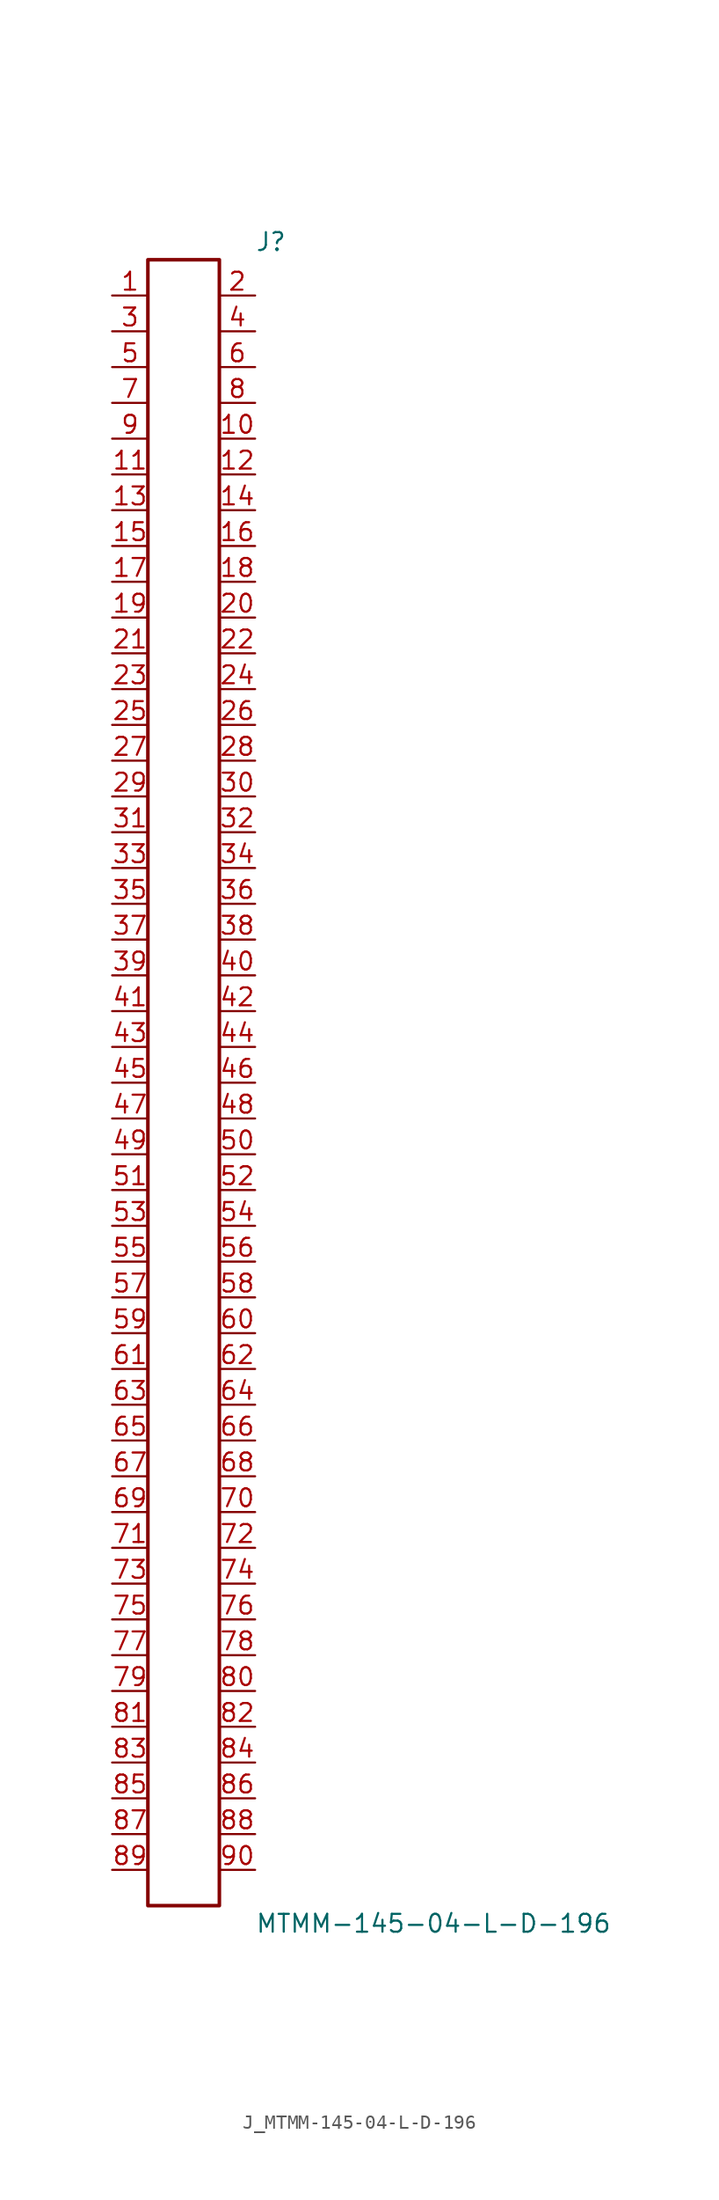
<source format=kicad_sym>
(kicad_symbol_lib
  (version 20231120)
  (generator kicad_symbol_editor)
  (generator_version 8.0)
  (symbol "J_MTMM-145-04-L-D-196"
    (pin_names
      (offset 0.254))
    (property "Reference" "J"
      (at 5.08 59.69 0)
      (effects (font (size 1.27 1.27)) (justify left)))
    (property "Value" "MTMM-145-04-L-D-196"
      (at 5.08 -59.69 0)
      (effects (font (size 1.27 1.27)) (justify left)))
    (symbol "J_MTMM-145-04-L-D-196_0_0"
      (pin passive line (at -5.08 55.88 0) (length 2.54) (name "" (effects (font (size 1.27 1.27)))) (number "1" (effects (font (size 1.27 1.27)))))
      (pin passive line (at 5.08 55.88 180) (length 2.54) (name "" (effects (font (size 1.27 1.27)))) (number "2" (effects (font (size 1.27 1.27)))))
      (pin passive line (at -5.08 53.34 0) (length 2.54) (name "" (effects (font (size 1.27 1.27)))) (number "3" (effects (font (size 1.27 1.27)))))
      (pin passive line (at 5.08 53.34 180) (length 2.54) (name "" (effects (font (size 1.27 1.27)))) (number "4" (effects (font (size 1.27 1.27)))))
      (pin passive line (at -5.08 50.8 0) (length 2.54) (name "" (effects (font (size 1.27 1.27)))) (number "5" (effects (font (size 1.27 1.27)))))
      (pin passive line (at 5.08 50.8 180) (length 2.54) (name "" (effects (font (size 1.27 1.27)))) (number "6" (effects (font (size 1.27 1.27)))))
      (pin passive line (at -5.08 48.26 0) (length 2.54) (name "" (effects (font (size 1.27 1.27)))) (number "7" (effects (font (size 1.27 1.27)))))
      (pin passive line (at 5.08 48.26 180) (length 2.54) (name "" (effects (font (size 1.27 1.27)))) (number "8" (effects (font (size 1.27 1.27)))))
      (pin passive line (at -5.08 45.72 0) (length 2.54) (name "" (effects (font (size 1.27 1.27)))) (number "9" (effects (font (size 1.27 1.27)))))
      (pin passive line (at 5.08 45.72 180) (length 2.54) (name "" (effects (font (size 1.27 1.27)))) (number "10" (effects (font (size 1.27 1.27)))))
      (pin passive line (at -5.08 43.18 0) (length 2.54) (name "" (effects (font (size 1.27 1.27)))) (number "11" (effects (font (size 1.27 1.27)))))
      (pin passive line (at 5.08 43.18 180) (length 2.54) (name "" (effects (font (size 1.27 1.27)))) (number "12" (effects (font (size 1.27 1.27)))))
      (pin passive line (at -5.08 40.64 0) (length 2.54) (name "" (effects (font (size 1.27 1.27)))) (number "13" (effects (font (size 1.27 1.27)))))
      (pin passive line (at 5.08 40.64 180) (length 2.54) (name "" (effects (font (size 1.27 1.27)))) (number "14" (effects (font (size 1.27 1.27)))))
      (pin passive line (at -5.08 38.1 0) (length 2.54) (name "" (effects (font (size 1.27 1.27)))) (number "15" (effects (font (size 1.27 1.27)))))
      (pin passive line (at 5.08 38.1 180) (length 2.54) (name "" (effects (font (size 1.27 1.27)))) (number "16" (effects (font (size 1.27 1.27)))))
      (pin passive line (at -5.08 35.56 0) (length 2.54) (name "" (effects (font (size 1.27 1.27)))) (number "17" (effects (font (size 1.27 1.27)))))
      (pin passive line (at 5.08 35.56 180) (length 2.54) (name "" (effects (font (size 1.27 1.27)))) (number "18" (effects (font (size 1.27 1.27)))))
      (pin passive line (at -5.08 33.02 0) (length 2.54) (name "" (effects (font (size 1.27 1.27)))) (number "19" (effects (font (size 1.27 1.27)))))
      (pin passive line (at 5.08 33.02 180) (length 2.54) (name "" (effects (font (size 1.27 1.27)))) (number "20" (effects (font (size 1.27 1.27)))))
      (pin passive line (at -5.08 30.48 0) (length 2.54) (name "" (effects (font (size 1.27 1.27)))) (number "21" (effects (font (size 1.27 1.27)))))
      (pin passive line (at 5.08 30.48 180) (length 2.54) (name "" (effects (font (size 1.27 1.27)))) (number "22" (effects (font (size 1.27 1.27)))))
      (pin passive line (at -5.08 27.94 0) (length 2.54) (name "" (effects (font (size 1.27 1.27)))) (number "23" (effects (font (size 1.27 1.27)))))
      (pin passive line (at 5.08 27.94 180) (length 2.54) (name "" (effects (font (size 1.27 1.27)))) (number "24" (effects (font (size 1.27 1.27)))))
      (pin passive line (at -5.08 25.4 0) (length 2.54) (name "" (effects (font (size 1.27 1.27)))) (number "25" (effects (font (size 1.27 1.27)))))
      (pin passive line (at 5.08 25.4 180) (length 2.54) (name "" (effects (font (size 1.27 1.27)))) (number "26" (effects (font (size 1.27 1.27)))))
      (pin passive line (at -5.08 22.86 0) (length 2.54) (name "" (effects (font (size 1.27 1.27)))) (number "27" (effects (font (size 1.27 1.27)))))
      (pin passive line (at 5.08 22.86 180) (length 2.54) (name "" (effects (font (size 1.27 1.27)))) (number "28" (effects (font (size 1.27 1.27)))))
      (pin passive line (at -5.08 20.32 0) (length 2.54) (name "" (effects (font (size 1.27 1.27)))) (number "29" (effects (font (size 1.27 1.27)))))
      (pin passive line (at 5.08 20.32 180) (length 2.54) (name "" (effects (font (size 1.27 1.27)))) (number "30" (effects (font (size 1.27 1.27)))))
      (pin passive line (at -5.08 17.78 0) (length 2.54) (name "" (effects (font (size 1.27 1.27)))) (number "31" (effects (font (size 1.27 1.27)))))
      (pin passive line (at 5.08 17.78 180) (length 2.54) (name "" (effects (font (size 1.27 1.27)))) (number "32" (effects (font (size 1.27 1.27)))))
      (pin passive line (at -5.08 15.24 0) (length 2.54) (name "" (effects (font (size 1.27 1.27)))) (number "33" (effects (font (size 1.27 1.27)))))
      (pin passive line (at 5.08 15.24 180) (length 2.54) (name "" (effects (font (size 1.27 1.27)))) (number "34" (effects (font (size 1.27 1.27)))))
      (pin passive line (at -5.08 12.7 0) (length 2.54) (name "" (effects (font (size 1.27 1.27)))) (number "35" (effects (font (size 1.27 1.27)))))
      (pin passive line (at 5.08 12.7 180) (length 2.54) (name "" (effects (font (size 1.27 1.27)))) (number "36" (effects (font (size 1.27 1.27)))))
      (pin passive line (at -5.08 10.16 0) (length 2.54) (name "" (effects (font (size 1.27 1.27)))) (number "37" (effects (font (size 1.27 1.27)))))
      (pin passive line (at 5.08 10.16 180) (length 2.54) (name "" (effects (font (size 1.27 1.27)))) (number "38" (effects (font (size 1.27 1.27)))))
      (pin passive line (at -5.08 7.62 0) (length 2.54) (name "" (effects (font (size 1.27 1.27)))) (number "39" (effects (font (size 1.27 1.27)))))
      (pin passive line (at 5.08 7.62 180) (length 2.54) (name "" (effects (font (size 1.27 1.27)))) (number "40" (effects (font (size 1.27 1.27)))))
      (pin passive line (at -5.08 5.08 0) (length 2.54) (name "" (effects (font (size 1.27 1.27)))) (number "41" (effects (font (size 1.27 1.27)))))
      (pin passive line (at 5.08 5.08 180) (length 2.54) (name "" (effects (font (size 1.27 1.27)))) (number "42" (effects (font (size 1.27 1.27)))))
      (pin passive line (at -5.08 2.54 0) (length 2.54) (name "" (effects (font (size 1.27 1.27)))) (number "43" (effects (font (size 1.27 1.27)))))
      (pin passive line (at 5.08 2.54 180) (length 2.54) (name "" (effects (font (size 1.27 1.27)))) (number "44" (effects (font (size 1.27 1.27)))))
      (pin passive line (at -5.08 0.0 0) (length 2.54) (name "" (effects (font (size 1.27 1.27)))) (number "45" (effects (font (size 1.27 1.27)))))
      (pin passive line (at 5.08 0.0 180) (length 2.54) (name "" (effects (font (size 1.27 1.27)))) (number "46" (effects (font (size 1.27 1.27)))))
      (pin passive line (at -5.08 -2.54 0) (length 2.54) (name "" (effects (font (size 1.27 1.27)))) (number "47" (effects (font (size 1.27 1.27)))))
      (pin passive line (at 5.08 -2.54 180) (length 2.54) (name "" (effects (font (size 1.27 1.27)))) (number "48" (effects (font (size 1.27 1.27)))))
      (pin passive line (at -5.08 -5.08 0) (length 2.54) (name "" (effects (font (size 1.27 1.27)))) (number "49" (effects (font (size 1.27 1.27)))))
      (pin passive line (at 5.08 -5.08 180) (length 2.54) (name "" (effects (font (size 1.27 1.27)))) (number "50" (effects (font (size 1.27 1.27)))))
      (pin passive line (at -5.08 -7.62 0) (length 2.54) (name "" (effects (font (size 1.27 1.27)))) (number "51" (effects (font (size 1.27 1.27)))))
      (pin passive line (at 5.08 -7.62 180) (length 2.54) (name "" (effects (font (size 1.27 1.27)))) (number "52" (effects (font (size 1.27 1.27)))))
      (pin passive line (at -5.08 -10.16 0) (length 2.54) (name "" (effects (font (size 1.27 1.27)))) (number "53" (effects (font (size 1.27 1.27)))))
      (pin passive line (at 5.08 -10.16 180) (length 2.54) (name "" (effects (font (size 1.27 1.27)))) (number "54" (effects (font (size 1.27 1.27)))))
      (pin passive line (at -5.08 -12.7 0) (length 2.54) (name "" (effects (font (size 1.27 1.27)))) (number "55" (effects (font (size 1.27 1.27)))))
      (pin passive line (at 5.08 -12.7 180) (length 2.54) (name "" (effects (font (size 1.27 1.27)))) (number "56" (effects (font (size 1.27 1.27)))))
      (pin passive line (at -5.08 -15.24 0) (length 2.54) (name "" (effects (font (size 1.27 1.27)))) (number "57" (effects (font (size 1.27 1.27)))))
      (pin passive line (at 5.08 -15.24 180) (length 2.54) (name "" (effects (font (size 1.27 1.27)))) (number "58" (effects (font (size 1.27 1.27)))))
      (pin passive line (at -5.08 -17.78 0) (length 2.54) (name "" (effects (font (size 1.27 1.27)))) (number "59" (effects (font (size 1.27 1.27)))))
      (pin passive line (at 5.08 -17.78 180) (length 2.54) (name "" (effects (font (size 1.27 1.27)))) (number "60" (effects (font (size 1.27 1.27)))))
      (pin passive line (at -5.08 -20.32 0) (length 2.54) (name "" (effects (font (size 1.27 1.27)))) (number "61" (effects (font (size 1.27 1.27)))))
      (pin passive line (at 5.08 -20.32 180) (length 2.54) (name "" (effects (font (size 1.27 1.27)))) (number "62" (effects (font (size 1.27 1.27)))))
      (pin passive line (at -5.08 -22.86 0) (length 2.54) (name "" (effects (font (size 1.27 1.27)))) (number "63" (effects (font (size 1.27 1.27)))))
      (pin passive line (at 5.08 -22.86 180) (length 2.54) (name "" (effects (font (size 1.27 1.27)))) (number "64" (effects (font (size 1.27 1.27)))))
      (pin passive line (at -5.08 -25.4 0) (length 2.54) (name "" (effects (font (size 1.27 1.27)))) (number "65" (effects (font (size 1.27 1.27)))))
      (pin passive line (at 5.08 -25.4 180) (length 2.54) (name "" (effects (font (size 1.27 1.27)))) (number "66" (effects (font (size 1.27 1.27)))))
      (pin passive line (at -5.08 -27.94 0) (length 2.54) (name "" (effects (font (size 1.27 1.27)))) (number "67" (effects (font (size 1.27 1.27)))))
      (pin passive line (at 5.08 -27.94 180) (length 2.54) (name "" (effects (font (size 1.27 1.27)))) (number "68" (effects (font (size 1.27 1.27)))))
      (pin passive line (at -5.08 -30.48 0) (length 2.54) (name "" (effects (font (size 1.27 1.27)))) (number "69" (effects (font (size 1.27 1.27)))))
      (pin passive line (at 5.08 -30.48 180) (length 2.54) (name "" (effects (font (size 1.27 1.27)))) (number "70" (effects (font (size 1.27 1.27)))))
      (pin passive line (at -5.08 -33.02 0) (length 2.54) (name "" (effects (font (size 1.27 1.27)))) (number "71" (effects (font (size 1.27 1.27)))))
      (pin passive line (at 5.08 -33.02 180) (length 2.54) (name "" (effects (font (size 1.27 1.27)))) (number "72" (effects (font (size 1.27 1.27)))))
      (pin passive line (at -5.08 -35.56 0) (length 2.54) (name "" (effects (font (size 1.27 1.27)))) (number "73" (effects (font (size 1.27 1.27)))))
      (pin passive line (at 5.08 -35.56 180) (length 2.54) (name "" (effects (font (size 1.27 1.27)))) (number "74" (effects (font (size 1.27 1.27)))))
      (pin passive line (at -5.08 -38.1 0) (length 2.54) (name "" (effects (font (size 1.27 1.27)))) (number "75" (effects (font (size 1.27 1.27)))))
      (pin passive line (at 5.08 -38.1 180) (length 2.54) (name "" (effects (font (size 1.27 1.27)))) (number "76" (effects (font (size 1.27 1.27)))))
      (pin passive line (at -5.08 -40.64 0) (length 2.54) (name "" (effects (font (size 1.27 1.27)))) (number "77" (effects (font (size 1.27 1.27)))))
      (pin passive line (at 5.08 -40.64 180) (length 2.54) (name "" (effects (font (size 1.27 1.27)))) (number "78" (effects (font (size 1.27 1.27)))))
      (pin passive line (at -5.08 -43.18 0) (length 2.54) (name "" (effects (font (size 1.27 1.27)))) (number "79" (effects (font (size 1.27 1.27)))))
      (pin passive line (at 5.08 -43.18 180) (length 2.54) (name "" (effects (font (size 1.27 1.27)))) (number "80" (effects (font (size 1.27 1.27)))))
      (pin passive line (at -5.08 -45.72 0) (length 2.54) (name "" (effects (font (size 1.27 1.27)))) (number "81" (effects (font (size 1.27 1.27)))))
      (pin passive line (at 5.08 -45.72 180) (length 2.54) (name "" (effects (font (size 1.27 1.27)))) (number "82" (effects (font (size 1.27 1.27)))))
      (pin passive line (at -5.08 -48.26 0) (length 2.54) (name "" (effects (font (size 1.27 1.27)))) (number "83" (effects (font (size 1.27 1.27)))))
      (pin passive line (at 5.08 -48.26 180) (length 2.54) (name "" (effects (font (size 1.27 1.27)))) (number "84" (effects (font (size 1.27 1.27)))))
      (pin passive line (at -5.08 -50.8 0) (length 2.54) (name "" (effects (font (size 1.27 1.27)))) (number "85" (effects (font (size 1.27 1.27)))))
      (pin passive line (at 5.08 -50.8 180) (length 2.54) (name "" (effects (font (size 1.27 1.27)))) (number "86" (effects (font (size 1.27 1.27)))))
      (pin passive line (at -5.08 -53.34 0) (length 2.54) (name "" (effects (font (size 1.27 1.27)))) (number "87" (effects (font (size 1.27 1.27)))))
      (pin passive line (at 5.08 -53.34 180) (length 2.54) (name "" (effects (font (size 1.27 1.27)))) (number "88" (effects (font (size 1.27 1.27)))))
      (pin passive line (at -5.08 -55.88 0) (length 2.54) (name "" (effects (font (size 1.27 1.27)))) (number "89" (effects (font (size 1.27 1.27)))))
      (pin passive line (at 5.08 -55.88 180) (length 2.54) (name "" (effects (font (size 1.27 1.27)))) (number "90" (effects (font (size 1.27 1.27))))))
    (symbol "J_MTMM-145-04-L-D-196_1_0"
      (rectangle (start -2.54 58.42) (end 2.54 -58.42) (stroke (width 0.254) (type solid)) (fill (type none))))))
</source>
